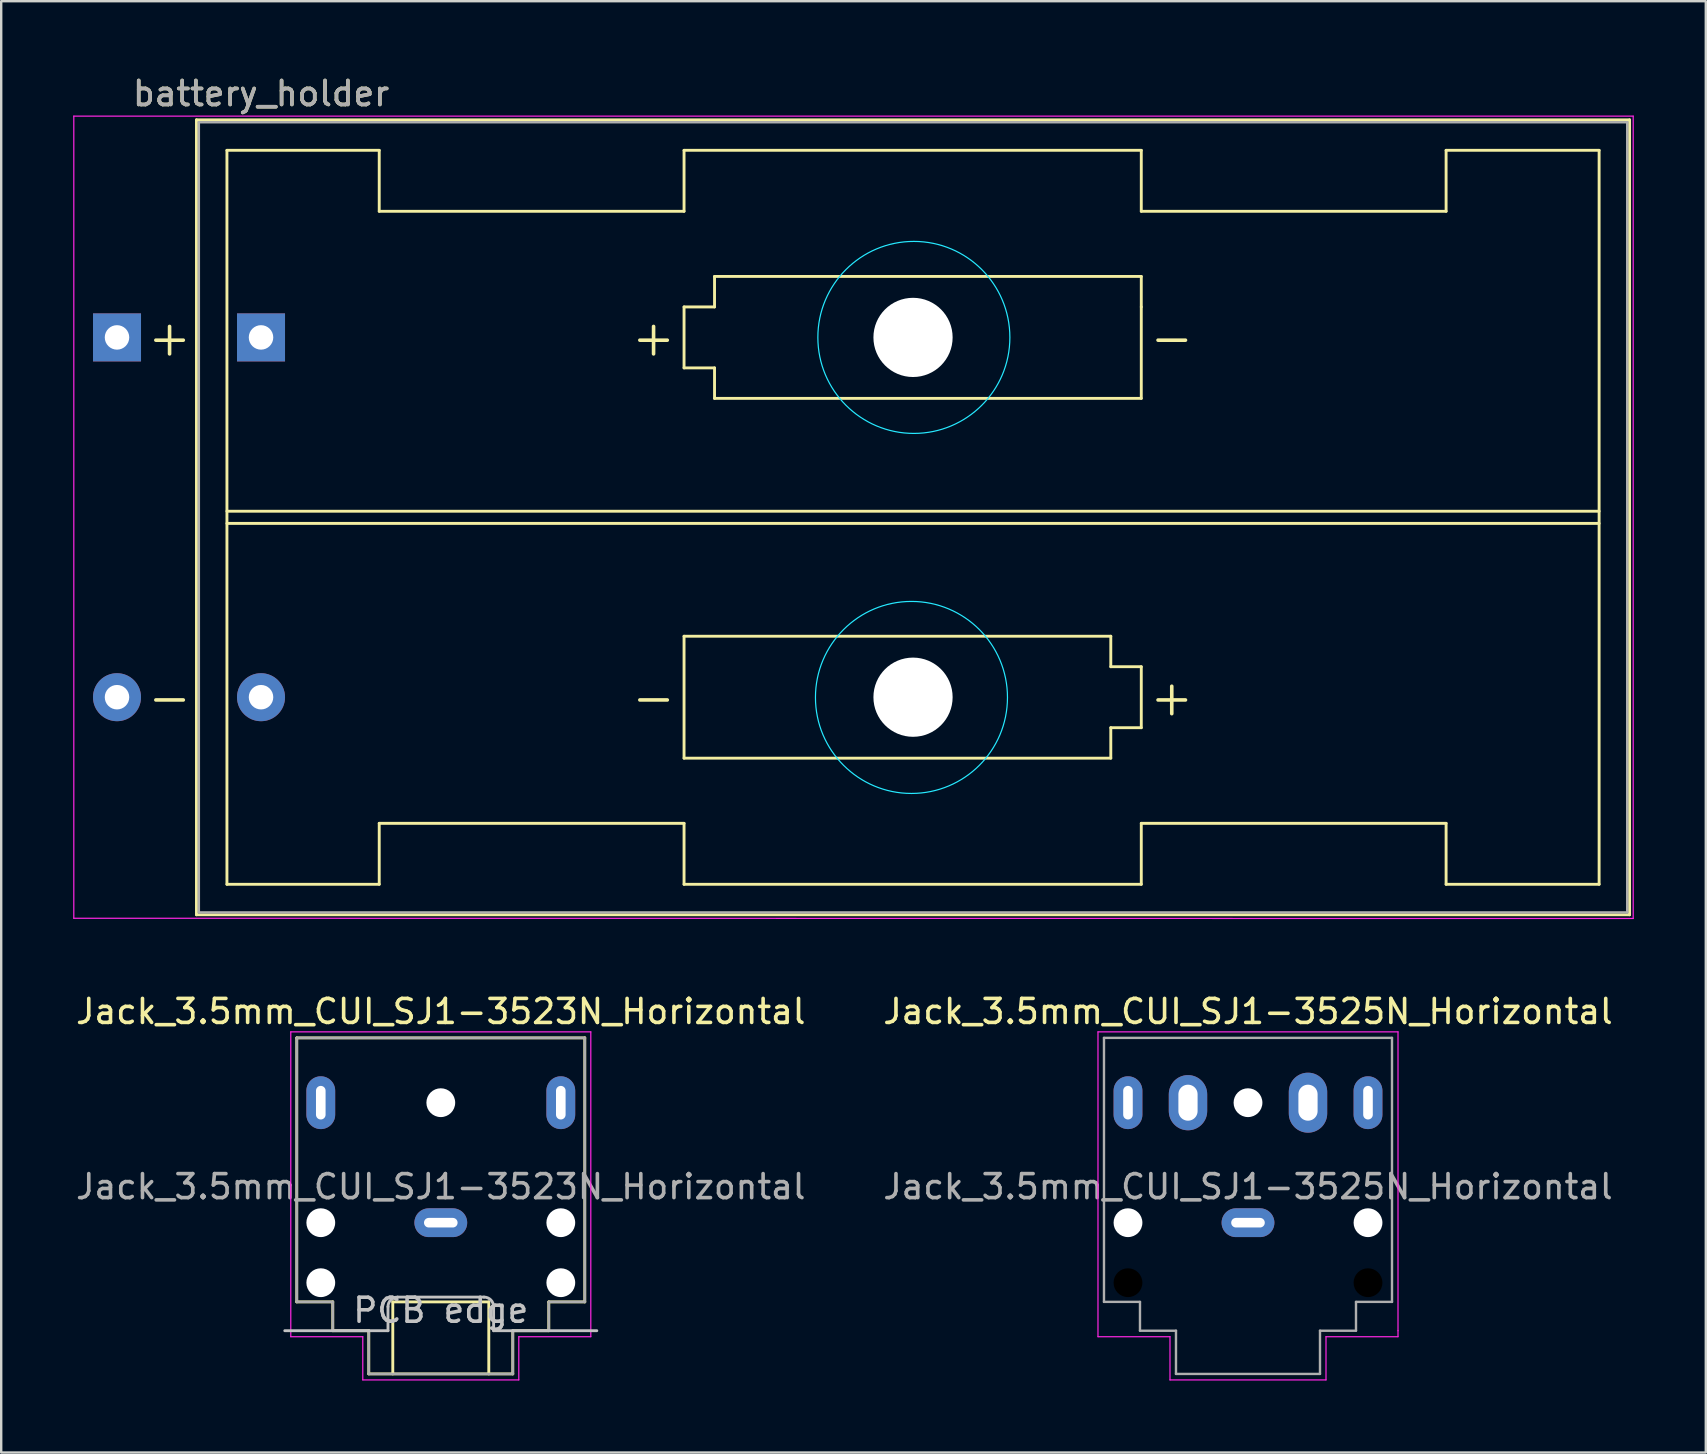
<source format=kicad_pcb>
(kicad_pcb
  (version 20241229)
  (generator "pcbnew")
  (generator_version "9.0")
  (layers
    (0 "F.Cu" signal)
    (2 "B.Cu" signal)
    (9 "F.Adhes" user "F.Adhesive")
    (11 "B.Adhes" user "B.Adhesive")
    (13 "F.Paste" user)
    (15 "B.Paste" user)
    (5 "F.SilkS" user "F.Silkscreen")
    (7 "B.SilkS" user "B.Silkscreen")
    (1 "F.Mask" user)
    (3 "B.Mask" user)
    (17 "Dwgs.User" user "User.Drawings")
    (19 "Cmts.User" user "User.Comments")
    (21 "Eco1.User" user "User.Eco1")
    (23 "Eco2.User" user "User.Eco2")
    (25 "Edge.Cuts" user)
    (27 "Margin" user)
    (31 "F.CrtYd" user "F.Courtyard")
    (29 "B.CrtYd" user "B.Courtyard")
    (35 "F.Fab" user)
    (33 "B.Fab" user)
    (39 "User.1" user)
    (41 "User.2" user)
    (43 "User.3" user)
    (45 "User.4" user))
  (footprint "Jack_3.5mm_CUI_SJ1-3525N_Horizontal"
    (layer "F.Cu")
    (at 48.946 47.892)
    (property "Reference" "Jack_3.5mm_CUI_SJ1-3525N_Horizontal" (at 0 -8.8 0) (layer "F.SilkS") (effects (font (size 1 1) (thickness 0.15))))
    (attr through_hole exclude_from_pos_files exclude_from_bom)
    (fp_line (start -6.25 -7.95) (end -6.25 4.75) (stroke (width 0.05) (type solid)) (layer "F.CrtYd"))
    (fp_line (start -6.25 4.75) (end -3.25 4.75) (stroke (width 0.05) (type solid)) (layer "F.CrtYd"))
    (fp_line (start -3.25 4.75) (end -3.25 6.55) (stroke (width 0.05) (type solid)) (layer "F.CrtYd"))
    (fp_line (start -3.25 6.55) (end 3.25 6.55) (stroke (width 0.05) (type solid)) (layer "F.CrtYd"))
    (fp_line (start 3.25 4.75) (end 6.25 4.75) (stroke (width 0.05) (type solid)) (layer "F.CrtYd"))
    (fp_line (start 3.25 6.55) (end 3.25 4.75) (stroke (width 0.05) (type solid)) (layer "F.CrtYd"))
    (fp_line (start 6.25 -7.95) (end -6.25 -7.95) (stroke (width 0.05) (type solid)) (layer "F.CrtYd"))
    (fp_line (start 6.25 4.5) (end 6.25 -7.95) (stroke (width 0.05) (type solid)) (layer "F.CrtYd"))
    (fp_line (start 6.25 4.75) (end 6.25 4.5) (stroke (width 0.05) (type solid)) (layer "F.CrtYd"))
    (fp_line (start -6 -7.7) (end 6 -7.7) (stroke (width 0.1) (type solid)) (layer "F.Fab"))
    (fp_line (start -6 3.3) (end -6 -7.7) (stroke (width 0.1) (type solid)) (layer "F.Fab"))
    (fp_line (start -4.5 3.3) (end -6 3.3) (stroke (width 0.1) (type solid)) (layer "F.Fab"))
    (fp_line (start -4.5 4.5) (end -4.5 3.3) (stroke (width 0.1) (type solid)) (layer "F.Fab"))
    (fp_line (start -4.5 4.5) (end -3 4.5) (stroke (width 0.1) (type solid)) (layer "F.Fab"))
    (fp_line (start -3 4.5) (end -3 6.3) (stroke (width 0.1) (type solid)) (layer "F.Fab"))
    (fp_line (start -3 6.3) (end 3 6.3) (stroke (width 0.1) (type solid)) (layer "F.Fab"))
    (fp_line (start 3 4.5) (end 3 6.3) (stroke (width 0.1) (type solid)) (layer "F.Fab"))
    (fp_line (start 4.5 3.3) (end 6 3.3) (stroke (width 0.1) (type solid)) (layer "F.Fab"))
    (fp_line (start 4.5 4.5) (end 3 4.5) (stroke (width 0.1) (type solid)) (layer "F.Fab"))
    (fp_line (start 4.5 4.5) (end 4.5 3.3) (stroke (width 0.1) (type solid)) (layer "F.Fab"))
    (fp_line (start 6 3.3) (end 6 -7.7) (stroke (width 0.1) (type solid)) (layer "F.Fab"))
    (fp_text user "${REFERENCE}" (at 0 -1.5 0) (layer "F.Fab") (effects (font (size 1 1) (thickness 0.15))))
    (pad "" np_thru_hole circle (at -5 0) (size 1.2 1.2) (drill 1.2) (layers "*.Cu" "*.Mask"))
    (pad "" np_thru_hole circle (at -5 2.5) (size 1.2 1.2) (drill 1.2) (layers))
    (pad "" np_thru_hole circle (at 0 -5) (size 1.2 1.2) (drill 1.2) (layers "*.Cu" "*.Mask"))
    (pad "" np_thru_hole circle (at 5 0) (size 1.2 1.2) (drill 1.2) (layers "*.Cu" "*.Mask"))
    (pad "" np_thru_hole circle (at 5 2.5) (size 1.2 1.2) (drill 1.2) (layers))
    (pad "R" thru_hole oval (at -5 -5) (size 1.2 2.2) (drill oval 0.4 1.4) (layers "*.Cu" "*.Mask"))
    (pad "RN" thru_hole oval (at -2.5 -5) (size 1.6 2.3) (drill oval 0.8 1.5) (layers "*.Cu" "*.Mask"))
    (pad "S" thru_hole oval (at 0 0) (size 2.2 1.2) (drill oval 1.4 0.4) (layers "*.Cu" "*.Mask"))
    (pad "T" thru_hole oval (at 5 -5 180) (size 1.2 2.2) (drill oval 0.4 1.4) (layers "*.Cu" "*.Mask"))
    (pad "TN" thru_hole oval (at 2.5 -5 180) (size 1.6 2.5) (drill oval 0.8 1.5) (layers "*.Cu" "*.Mask")))
  (footprint "battery_holder"
    (layer "F.Cu")
    (at 7.825 11.008)
    (property "Reference" "battery_holder" (at 0 -10.16 180) (layer "F.SilkS") (effects (font (size 1 1) (thickness 0.15))))
    (attr through_hole)
    (fp_line (start -2.69 -9.065) (end -2.69 24.055) (stroke (width 0.12) (type solid)) (layer "F.SilkS"))
    (fp_line (start -2.69 24.055) (end 57.02 24.055) (stroke (width 0.12) (type solid)) (layer "F.SilkS"))
    (fp_line (start -1.42 -7.795) (end -1.42 22.785) (stroke (width 0.12) (type solid)) (layer "F.SilkS"))
    (fp_line (start -1.42 7.241) (end 55.75 7.241) (stroke (width 0.12) (type solid)) (layer "F.SilkS"))
    (fp_line (start -1.42 22.785) (end 4.925 22.785) (stroke (width 0.12) (type solid)) (layer "F.SilkS"))
    (fp_line (start 4.925 -7.795) (end -1.42 -7.795) (stroke (width 0.12) (type solid)) (layer "F.SilkS"))
    (fp_line (start 4.925 -5.255) (end 4.925 -7.795) (stroke (width 0.12) (type solid)) (layer "F.SilkS"))
    (fp_line (start 4.925 -5.255) (end 17.625 -5.255) (stroke (width 0.12) (type solid)) (layer "F.SilkS"))
    (fp_line (start 4.925 20.245) (end 17.625 20.245) (stroke (width 0.12) (type solid)) (layer "F.SilkS"))
    (fp_line (start 4.925 22.785) (end 4.925 20.245) (stroke (width 0.12) (type solid)) (layer "F.SilkS"))
    (fp_line (start 17.625 -7.795) (end 17.625 -5.255) (stroke (width 0.12) (type solid)) (layer "F.SilkS"))
    (fp_line (start 17.625 -1.27) (end 18.895 -1.27) (stroke (width 0.12) (type solid)) (layer "F.SilkS"))
    (fp_line (start 17.625 1.27) (end 17.625 -1.27) (stroke (width 0.12) (type solid)) (layer "F.SilkS"))
    (fp_line (start 17.625 12.45) (end 35.405 12.45) (stroke (width 0.12) (type solid)) (layer "F.SilkS"))
    (fp_line (start 17.625 17.53) (end 17.625 12.45) (stroke (width 0.12) (type solid)) (layer "F.SilkS"))
    (fp_line (start 17.625 20.245) (end 17.625 22.785) (stroke (width 0.12) (type solid)) (layer "F.SilkS"))
    (fp_line (start 17.625 22.785) (end 36.675 22.785) (stroke (width 0.12) (type solid)) (layer "F.SilkS"))
    (fp_line (start 18.895 -2.54) (end 36.675 -2.54) (stroke (width 0.12) (type solid)) (layer "F.SilkS"))
    (fp_line (start 18.895 -1.27) (end 18.895 -2.54) (stroke (width 0.12) (type solid)) (layer "F.SilkS"))
    (fp_line (start 18.895 1.27) (end 17.625 1.27) (stroke (width 0.12) (type solid)) (layer "F.SilkS"))
    (fp_line (start 18.895 2.54) (end 18.895 1.27) (stroke (width 0.12) (type solid)) (layer "F.SilkS"))
    (fp_line (start 35.405 12.45) (end 35.405 13.72) (stroke (width 0.12) (type solid)) (layer "F.SilkS"))
    (fp_line (start 35.405 13.72) (end 36.675 13.72) (stroke (width 0.12) (type solid)) (layer "F.SilkS"))
    (fp_line (start 35.405 16.26) (end 35.405 17.53) (stroke (width 0.12) (type solid)) (layer "F.SilkS"))
    (fp_line (start 35.405 17.53) (end 17.625 17.53) (stroke (width 0.12) (type solid)) (layer "F.SilkS"))
    (fp_line (start 36.675 -7.795) (end 17.625 -7.795) (stroke (width 0.12) (type solid)) (layer "F.SilkS"))
    (fp_line (start 36.675 -5.255) (end 36.675 -7.795) (stroke (width 0.12) (type solid)) (layer "F.SilkS"))
    (fp_line (start 36.675 -2.54) (end 36.675 -1.27) (stroke (width 0.12) (type solid)) (layer "F.SilkS"))
    (fp_line (start 36.675 -1.27) (end 36.675 2.54) (stroke (width 0.12) (type solid)) (layer "F.SilkS"))
    (fp_line (start 36.675 2.54) (end 18.895 2.54) (stroke (width 0.12) (type solid)) (layer "F.SilkS"))
    (fp_line (start 36.675 13.72) (end 36.675 16.26) (stroke (width 0.12) (type solid)) (layer "F.SilkS"))
    (fp_line (start 36.675 16.26) (end 35.405 16.26) (stroke (width 0.12) (type solid)) (layer "F.SilkS"))
    (fp_line (start 36.675 22.785) (end 36.675 20.245) (stroke (width 0.12) (type solid)) (layer "F.SilkS"))
    (fp_line (start 49.375 -7.795) (end 49.375 -5.255) (stroke (width 0.12) (type solid)) (layer "F.SilkS"))
    (fp_line (start 49.375 -5.255) (end 36.675 -5.255) (stroke (width 0.12) (type solid)) (layer "F.SilkS"))
    (fp_line (start 49.375 20.245) (end 36.675 20.245) (stroke (width 0.12) (type solid)) (layer "F.SilkS"))
    (fp_line (start 49.375 22.785) (end 49.375 20.245) (stroke (width 0.12) (type solid)) (layer "F.SilkS"))
    (fp_line (start 55.75 -7.795) (end 49.375 -7.795) (stroke (width 0.12) (type solid)) (layer "F.SilkS"))
    (fp_line (start 55.75 -7.795) (end 55.75 22.785) (stroke (width 0.12) (type solid)) (layer "F.SilkS"))
    (fp_line (start 55.75 7.749) (end -1.42 7.749) (stroke (width 0.12) (type solid)) (layer "F.SilkS"))
    (fp_line (start 55.75 22.785) (end 49.375 22.785) (stroke (width 0.12) (type solid)) (layer "F.SilkS"))
    (fp_line (start 57.02 -9.065) (end -2.69 -9.065) (stroke (width 0.12) (type solid)) (layer "F.SilkS"))
    (fp_line (start 57.02 24.055) (end 57.02 -9.065) (stroke (width 0.12) (type solid)) (layer "F.SilkS"))
    (fp_circle (center 27.1 15) (end 31.1 15) (stroke (width 0.05) (type default)) (fill no) (layer "B.CrtYd"))
    (fp_circle (center 27.2 0) (end 31.2 0) (stroke (width 0.05) (type default)) (fill no) (layer "B.CrtYd"))
    (fp_line (start -7.8 -9.22) (end -7.8 24.2) (stroke (width 0.05) (type solid)) (layer "F.CrtYd"))
    (fp_line (start -7.8 24.2) (end 57.17 24.21) (stroke (width 0.05) (type solid)) (layer "F.CrtYd"))
    (fp_line (start 57.17 -9.22) (end -7.8 -9.22) (stroke (width 0.05) (type solid)) (layer "F.CrtYd"))
    (fp_line (start 57.17 24.21) (end 57.17 -9.22) (stroke (width 0.05) (type solid)) (layer "F.CrtYd"))
    (fp_line (start -2.59 -8.965) (end 56.92 -8.965) (stroke (width 0.1) (type solid)) (layer "F.Fab"))
    (fp_line (start -2.59 23.955) (end -2.59 -8.965) (stroke (width 0.1) (type solid)) (layer "F.Fab"))
    (fp_line (start -2.59 23.955) (end 56.92 23.955) (stroke (width 0.1) (type solid)) (layer "F.Fab"))
    (fp_line (start 56.92 23.955) (end 56.92 -8.965) (stroke (width 0.1) (type solid)) (layer "F.Fab"))
    (fp_text user "-" (at -3.81 14.99 0) (layer "F.SilkS") (effects (font (size 1.5 1.5) (thickness 0.15))))
    (fp_text user "+" (at 16.355 0 0) (layer "F.SilkS") (effects (font (size 1.5 1.5) (thickness 0.15))))
    (fp_text user "+" (at -3.81 0 0) (layer "F.SilkS") (effects (font (size 1.5 1.5) (thickness 0.15))))
    (fp_text user "-" (at 37.945 0 0) (layer "F.SilkS") (effects (font (size 1.5 1.5) (thickness 0.15))))
    (fp_text user "-" (at 16.355 14.99 0) (layer "F.SilkS") (effects (font (size 1.5 1.5) (thickness 0.15))))
    (fp_text user "+" (at 37.945 14.99 0) (layer "F.SilkS") (effects (font (size 1.5 1.5) (thickness 0.15))))
    (fp_text user "${REFERENCE}" (at 0 -10.16 0) (layer "F.Fab") (effects (font (size 1 1) (thickness 0.15))))
    (pad "" np_thru_hole circle (at 27.165 0) (size 3.3 3.3) (drill 3.3) (layers "*.Cu" "*.Mask"))
    (pad "" np_thru_hole circle (at 27.165 14.99) (size 3.3 3.3) (drill 3.3) (layers "*.Cu" "*.Mask"))
    (pad "1" thru_hole rect (at -6 0) (size 2 2) (drill 1.02) (layers "*.Cu" "*.Mask"))
    (pad "1" thru_hole rect (at 0 0) (size 2 2) (drill 1.02) (layers "*.Cu" "*.Mask"))
    (pad "2" thru_hole circle (at -6 14.99) (size 2 2) (drill 1.02) (layers "*.Cu" "*.Mask"))
    (pad "2" thru_hole circle (at 0 14.99) (size 2 2) (drill 1.02) (layers "*.Cu" "*.Mask")))
  (footprint "Jack_3.5mm_CUI_SJ1-3523N_Horizontal"
    (layer "F.Cu")
    (at 15.315 47.892)
    (property "Reference" "Jack_3.5mm_CUI_SJ1-3523N_Horizontal" (at 0 -8.8 0) (layer "F.SilkS") (effects (font (size 1 1) (thickness 0.15))))
    (attr through_hole exclude_from_pos_files exclude_from_bom)
    (fp_line (start -6 -7.7) (end 6 -7.7) (stroke (width 0.12) (type solid)) (layer "F.SilkS"))
    (fp_line (start -6 3.3) (end -6 -7.7) (stroke (width 0.12) (type solid)) (layer "F.SilkS"))
    (fp_line (start -4.5 3.3) (end -6 3.3) (stroke (width 0.12) (type solid)) (layer "F.SilkS"))
    (fp_line (start -4.5 4.5) (end -4.5 3.3) (stroke (width 0.12) (type solid)) (layer "F.SilkS"))
    (fp_line (start -3 4.5) (end -4.5 4.5) (stroke (width 0.12) (type solid)) (layer "F.SilkS"))
    (fp_line (start -3 6.3) (end -3 4.5) (stroke (width 0.12) (type solid)) (layer "F.SilkS"))
    (fp_line (start -2 3.3) (end -2 6.3) (stroke (width 0.12) (type solid)) (layer "F.SilkS"))
    (fp_line (start 2 3.3) (end -2 3.3) (stroke (width 0.12) (type solid)) (layer "F.SilkS"))
    (fp_line (start 2 6.3) (end 2 3.3) (stroke (width 0.12) (type solid)) (layer "F.SilkS"))
    (fp_line (start 3 4.5) (end 3 6.3) (stroke (width 0.12) (type solid)) (layer "F.SilkS"))
    (fp_line (start 3 6.3) (end -3 6.3) (stroke (width 0.12) (type solid)) (layer "F.SilkS"))
    (fp_line (start 4.5 3.3) (end 4.5 4.5) (stroke (width 0.12) (type solid)) (layer "F.SilkS"))
    (fp_line (start 4.5 4.5) (end 3 4.5) (stroke (width 0.12) (type solid)) (layer "F.SilkS"))
    (fp_line (start 6 -7.7) (end 6 3.3) (stroke (width 0.12) (type solid)) (layer "F.SilkS"))
    (fp_line (start 6 3.3) (end 4.5 3.3) (stroke (width 0.12) (type solid)) (layer "F.SilkS"))
    (fp_line (start -2.2 3.5) (end -2.2 4.5) (stroke (width 0.12) (type solid)) (layer "Dwgs.User"))
    (fp_line (start -2.2 4.5) (end -6.5 4.5) (stroke (width 0.12) (type solid)) (layer "Dwgs.User"))
    (fp_line (start 1.8 3.1) (end -1.8 3.1) (stroke (width 0.12) (type solid)) (layer "Dwgs.User"))
    (fp_line (start 2.2 3.5) (end 2.2 4.5) (stroke (width 0.12) (type solid)) (layer "Dwgs.User"))
    (fp_line (start 2.2 4.5) (end 6.5 4.5) (stroke (width 0.12) (type solid)) (layer "Dwgs.User"))
    (fp_arc (start -2.2 3.5) (mid -2.082843 3.217158) (end -1.8 3.1) (stroke (width 0.12) (type solid)) (layer "Dwgs.User"))
    (fp_arc (start 1.8 3.1) (mid 2.082843 3.217157) (end 2.2 3.5) (stroke (width 0.12) (type solid)) (layer "Dwgs.User"))
    (fp_line (start -6.25 -7.95) (end -6.25 4.75) (stroke (width 0.05) (type solid)) (layer "F.CrtYd"))
    (fp_line (start -6.25 4.75) (end -3.25 4.75) (stroke (width 0.05) (type solid)) (layer "F.CrtYd"))
    (fp_line (start -3.25 4.75) (end -3.25 6.55) (stroke (width 0.05) (type solid)) (layer "F.CrtYd"))
    (fp_line (start -3.25 6.55) (end 3.25 6.55) (stroke (width 0.05) (type solid)) (layer "F.CrtYd"))
    (fp_line (start 3.25 4.75) (end 6.25 4.75) (stroke (width 0.05) (type solid)) (layer "F.CrtYd"))
    (fp_line (start 3.25 6.55) (end 3.25 4.75) (stroke (width 0.05) (type solid)) (layer "F.CrtYd"))
    (fp_line (start 6.25 -7.95) (end -6.25 -7.95) (stroke (width 0.05) (type solid)) (layer "F.CrtYd"))
    (fp_line (start 6.25 4.5) (end 6.25 -7.95) (stroke (width 0.05) (type solid)) (layer "F.CrtYd"))
    (fp_line (start 6.25 4.75) (end 6.25 4.5) (stroke (width 0.05) (type solid)) (layer "F.CrtYd"))
    (fp_line (start -6 -7.7) (end 6 -7.7) (stroke (width 0.1) (type solid)) (layer "F.Fab"))
    (fp_line (start -6 3.3) (end -6 -7.7) (stroke (width 0.1) (type solid)) (layer "F.Fab"))
    (fp_line (start -4.5 3.3) (end -6 3.3) (stroke (width 0.1) (type solid)) (layer "F.Fab"))
    (fp_line (start -4.5 4.5) (end -4.5 3.3) (stroke (width 0.1) (type solid)) (layer "F.Fab"))
    (fp_line (start -4.5 4.5) (end -3 4.5) (stroke (width 0.1) (type solid)) (layer "F.Fab"))
    (fp_line (start -3 4.5) (end -3 6.3) (stroke (width 0.1) (type solid)) (layer "F.Fab"))
    (fp_line (start -3 6.3) (end 3 6.3) (stroke (width 0.1) (type solid)) (layer "F.Fab"))
    (fp_line (start 3 4.5) (end 3 6.3) (stroke (width 0.1) (type solid)) (layer "F.Fab"))
    (fp_line (start 4.5 3.3) (end 6 3.3) (stroke (width 0.1) (type solid)) (layer "F.Fab"))
    (fp_line (start 4.5 4.5) (end 3 4.5) (stroke (width 0.1) (type solid)) (layer "F.Fab"))
    (fp_line (start 4.5 4.5) (end 4.5 3.3) (stroke (width 0.1) (type solid)) (layer "F.Fab"))
    (fp_line (start 6 3.3) (end 6 -7.7) (stroke (width 0.1) (type solid)) (layer "F.Fab"))
    (fp_text user "PCB edge" (at 0 3.65 0) (unlocked yes) (layer "Dwgs.User") (effects (font (size 1 1) (thickness 0.15))))
    (fp_text user "${REFERENCE}" (at 0 -1.5 0) (layer "F.Fab") (effects (font (size 1 1) (thickness 0.15))))
    (pad "" np_thru_hole circle (at -5 0) (size 1.2 1.2) (drill 1.2) (layers "*.Cu" "*.Mask"))
    (pad "" np_thru_hole circle (at -5 2.5) (size 1.2 1.2) (drill 1.2) (layers "*.Cu" "*.Mask"))
    (pad "" np_thru_hole circle (at 0 -5) (size 1.2 1.2) (drill 1.2) (layers "*.Cu" "*.Mask"))
    (pad "" np_thru_hole circle (at 5 0) (size 1.2 1.2) (drill 1.2) (layers "*.Cu" "*.Mask"))
    (pad "" np_thru_hole circle (at 5 2.5) (size 1.2 1.2) (drill 1.2) (layers "*.Cu" "*.Mask"))
    (pad "R" thru_hole oval (at -5 -5) (size 1.2 2.2) (drill oval 0.4 1.4) (layers "*.Cu" "*.Mask"))
    (pad "S" thru_hole oval (at 0 0) (size 2.2 1.2) (drill oval 1.4 0.4) (layers "*.Cu" "*.Mask"))
    (pad "T" thru_hole oval (at 5 -5 180) (size 1.2 2.2) (drill oval 0.4 1.4) (layers "*.Cu" "*.Mask")))
  (gr_rect
    (start -3 -3)
    (end 68.02 57.467)
    (stroke (width 0.1) (type default))
    (fill no)
    (layer "Edge.Cuts")))
</source>
